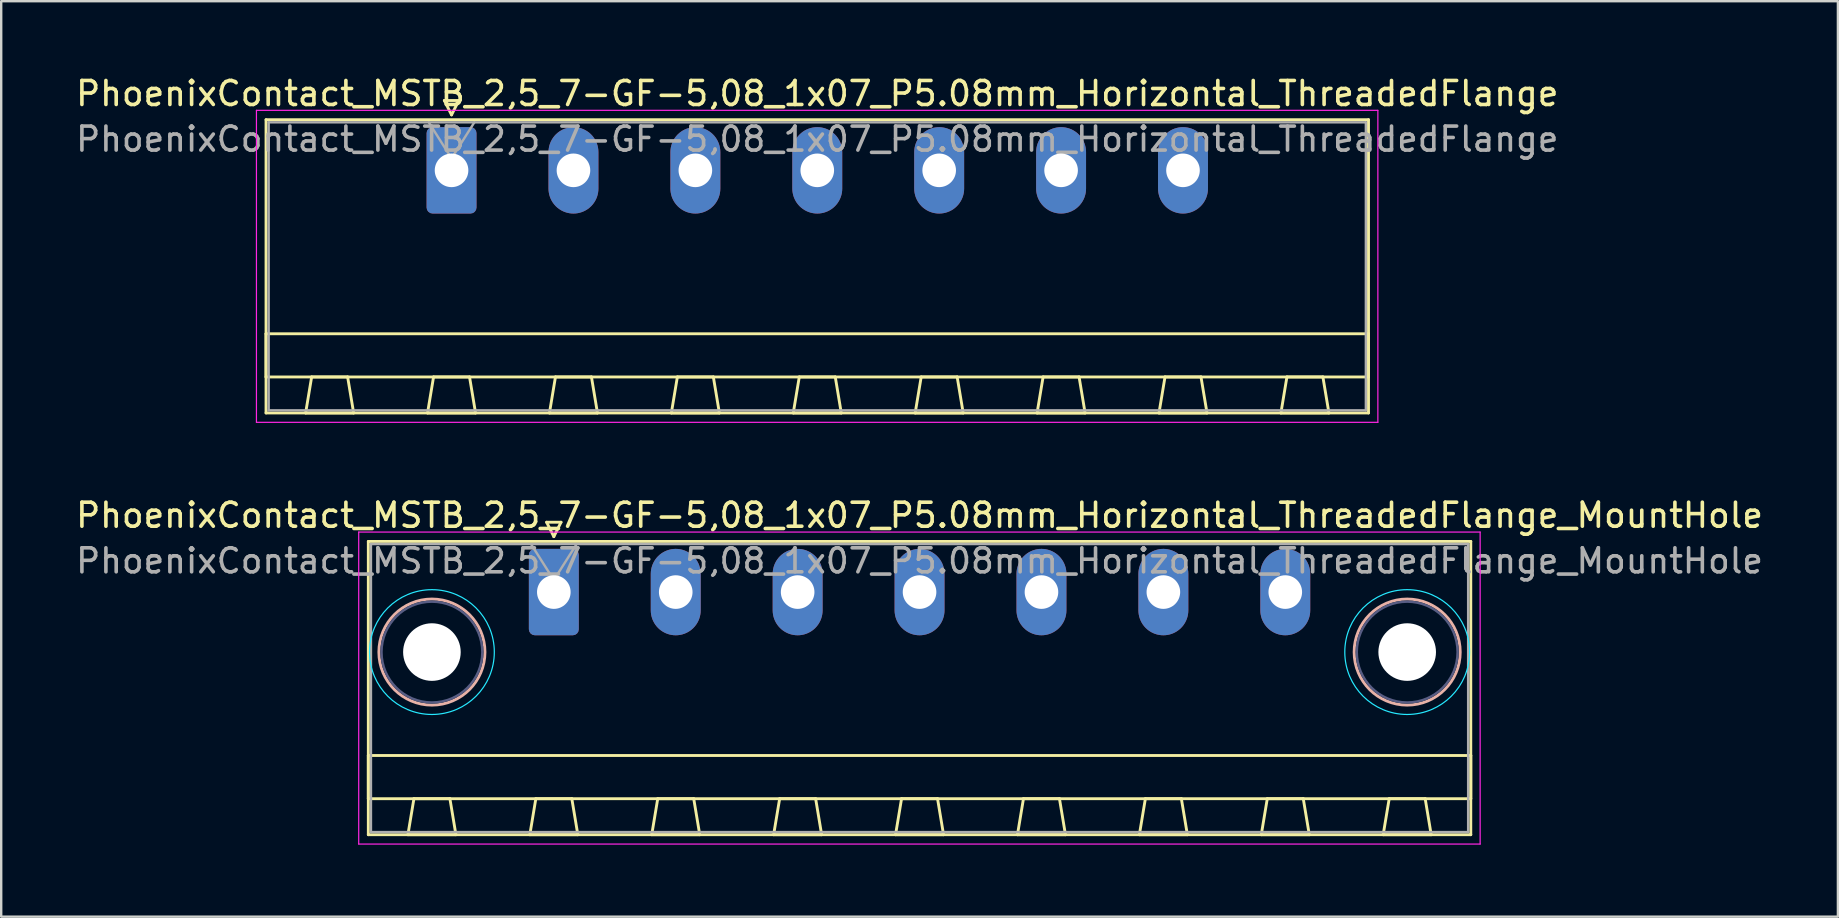
<source format=kicad_pcb>
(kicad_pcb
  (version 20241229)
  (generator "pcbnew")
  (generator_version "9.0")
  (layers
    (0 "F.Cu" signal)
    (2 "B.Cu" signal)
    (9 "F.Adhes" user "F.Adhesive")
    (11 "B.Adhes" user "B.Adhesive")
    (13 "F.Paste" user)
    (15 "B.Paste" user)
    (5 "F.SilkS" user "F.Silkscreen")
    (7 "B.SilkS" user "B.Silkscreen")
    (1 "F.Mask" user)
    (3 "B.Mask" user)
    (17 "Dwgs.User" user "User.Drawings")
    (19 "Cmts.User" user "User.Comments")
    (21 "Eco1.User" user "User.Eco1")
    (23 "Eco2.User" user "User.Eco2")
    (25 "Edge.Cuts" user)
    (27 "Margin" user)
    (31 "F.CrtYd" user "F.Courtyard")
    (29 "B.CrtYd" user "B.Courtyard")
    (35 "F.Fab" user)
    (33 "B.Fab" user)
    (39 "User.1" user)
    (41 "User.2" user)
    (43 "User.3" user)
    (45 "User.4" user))
  (footprint "PhoenixContact_MSTB_2,5_7-GF-5,08_1x07_P5.08mm_Horizontal_ThreadedFlange_MountHole"
    (layer "F.Cu")
    (at 20.028 21.622)
    (property "Reference" "PhoenixContact_MSTB_2,5_7-GF-5,08_1x07_P5.08mm_Horizontal_ThreadedFlange_MountHole" (at 15.24 -3.2 0) (layer "F.SilkS") (effects (font (size 1 1) (thickness 0.15))))
    (attr through_hole)
    (fp_line (start -7.73 -2.11) (end -7.73 10.11) (stroke (width 0.12) (type solid)) (layer "F.SilkS"))
    (fp_line (start -7.73 6.81) (end 38.21 6.81) (stroke (width 0.12) (type solid)) (layer "F.SilkS"))
    (fp_line (start -7.73 8.61) (end -7.73 6.81) (stroke (width 0.12) (type solid)) (layer "F.SilkS"))
    (fp_line (start -7.73 10.11) (end 38.21 10.11) (stroke (width 0.12) (type solid)) (layer "F.SilkS"))
    (fp_line (start -6.08 10.11) (end -4.08 10.11) (stroke (width 0.12) (type solid)) (layer "F.SilkS"))
    (fp_line (start -5.83 8.61) (end -6.08 10.11) (stroke (width 0.12) (type solid)) (layer "F.SilkS"))
    (fp_line (start -4.33 8.61) (end -5.83 8.61) (stroke (width 0.12) (type solid)) (layer "F.SilkS"))
    (fp_line (start -4.08 10.11) (end -4.33 8.61) (stroke (width 0.12) (type solid)) (layer "F.SilkS"))
    (fp_line (start -1 10.11) (end 1 10.11) (stroke (width 0.12) (type solid)) (layer "F.SilkS"))
    (fp_line (start -0.75 8.61) (end -1 10.11) (stroke (width 0.12) (type solid)) (layer "F.SilkS"))
    (fp_line (start -0.3 -2.91) (end 0.3 -2.91) (stroke (width 0.12) (type solid)) (layer "F.SilkS"))
    (fp_line (start 0 -2.31) (end -0.3 -2.91) (stroke (width 0.12) (type solid)) (layer "F.SilkS"))
    (fp_line (start 0.3 -2.91) (end 0 -2.31) (stroke (width 0.12) (type solid)) (layer "F.SilkS"))
    (fp_line (start 0.75 8.61) (end -0.75 8.61) (stroke (width 0.12) (type solid)) (layer "F.SilkS"))
    (fp_line (start 1 10.11) (end 0.75 8.61) (stroke (width 0.12) (type solid)) (layer "F.SilkS"))
    (fp_line (start 4.08 10.11) (end 6.08 10.11) (stroke (width 0.12) (type solid)) (layer "F.SilkS"))
    (fp_line (start 4.33 8.61) (end 4.08 10.11) (stroke (width 0.12) (type solid)) (layer "F.SilkS"))
    (fp_line (start 5.83 8.61) (end 4.33 8.61) (stroke (width 0.12) (type solid)) (layer "F.SilkS"))
    (fp_line (start 6.08 10.11) (end 5.83 8.61) (stroke (width 0.12) (type solid)) (layer "F.SilkS"))
    (fp_line (start 9.16 10.11) (end 11.16 10.11) (stroke (width 0.12) (type solid)) (layer "F.SilkS"))
    (fp_line (start 9.41 8.61) (end 9.16 10.11) (stroke (width 0.12) (type solid)) (layer "F.SilkS"))
    (fp_line (start 10.91 8.61) (end 9.41 8.61) (stroke (width 0.12) (type solid)) (layer "F.SilkS"))
    (fp_line (start 11.16 10.11) (end 10.91 8.61) (stroke (width 0.12) (type solid)) (layer "F.SilkS"))
    (fp_line (start 14.24 10.11) (end 16.24 10.11) (stroke (width 0.12) (type solid)) (layer "F.SilkS"))
    (fp_line (start 14.49 8.61) (end 14.24 10.11) (stroke (width 0.12) (type solid)) (layer "F.SilkS"))
    (fp_line (start 15.99 8.61) (end 14.49 8.61) (stroke (width 0.12) (type solid)) (layer "F.SilkS"))
    (fp_line (start 16.24 10.11) (end 15.99 8.61) (stroke (width 0.12) (type solid)) (layer "F.SilkS"))
    (fp_line (start 19.32 10.11) (end 21.32 10.11) (stroke (width 0.12) (type solid)) (layer "F.SilkS"))
    (fp_line (start 19.57 8.61) (end 19.32 10.11) (stroke (width 0.12) (type solid)) (layer "F.SilkS"))
    (fp_line (start 21.07 8.61) (end 19.57 8.61) (stroke (width 0.12) (type solid)) (layer "F.SilkS"))
    (fp_line (start 21.32 10.11) (end 21.07 8.61) (stroke (width 0.12) (type solid)) (layer "F.SilkS"))
    (fp_line (start 24.4 10.11) (end 26.4 10.11) (stroke (width 0.12) (type solid)) (layer "F.SilkS"))
    (fp_line (start 24.65 8.61) (end 24.4 10.11) (stroke (width 0.12) (type solid)) (layer "F.SilkS"))
    (fp_line (start 26.15 8.61) (end 24.65 8.61) (stroke (width 0.12) (type solid)) (layer "F.SilkS"))
    (fp_line (start 26.4 10.11) (end 26.15 8.61) (stroke (width 0.12) (type solid)) (layer "F.SilkS"))
    (fp_line (start 29.48 10.11) (end 31.48 10.11) (stroke (width 0.12) (type solid)) (layer "F.SilkS"))
    (fp_line (start 29.73 8.61) (end 29.48 10.11) (stroke (width 0.12) (type solid)) (layer "F.SilkS"))
    (fp_line (start 31.23 8.61) (end 29.73 8.61) (stroke (width 0.12) (type solid)) (layer "F.SilkS"))
    (fp_line (start 31.48 10.11) (end 31.23 8.61) (stroke (width 0.12) (type solid)) (layer "F.SilkS"))
    (fp_line (start 34.56 10.11) (end 36.56 10.11) (stroke (width 0.12) (type solid)) (layer "F.SilkS"))
    (fp_line (start 34.81 8.61) (end 34.56 10.11) (stroke (width 0.12) (type solid)) (layer "F.SilkS"))
    (fp_line (start 36.31 8.61) (end 34.81 8.61) (stroke (width 0.12) (type solid)) (layer "F.SilkS"))
    (fp_line (start 36.56 10.11) (end 36.31 8.61) (stroke (width 0.12) (type solid)) (layer "F.SilkS"))
    (fp_line (start 38.21 -2.11) (end -7.73 -2.11) (stroke (width 0.12) (type solid)) (layer "F.SilkS"))
    (fp_line (start 38.21 6.81) (end 38.21 8.61) (stroke (width 0.12) (type solid)) (layer "F.SilkS"))
    (fp_line (start 38.21 8.61) (end -7.73 8.61) (stroke (width 0.12) (type solid)) (layer "F.SilkS"))
    (fp_line (start 38.21 10.11) (end 38.21 -2.11) (stroke (width 0.12) (type solid)) (layer "F.SilkS"))
    (fp_circle (center -5.08 2.5) (end -2.87 2.5) (stroke (width 0.12) (type solid)) (fill no) (layer "B.SilkS"))
    (fp_circle (center 35.56 2.5) (end 37.77 2.5) (stroke (width 0.12) (type solid)) (fill no) (layer "B.SilkS"))
    (fp_circle (center -5.08 2.5) (end -2.48 2.5) (stroke (width 0.05) (type solid)) (fill no) (layer "B.CrtYd"))
    (fp_circle (center 35.56 2.5) (end 38.16 2.5) (stroke (width 0.05) (type solid)) (fill no) (layer "B.CrtYd"))
    (fp_line (start -8.13 -2.5) (end -8.13 10.5) (stroke (width 0.05) (type solid)) (layer "F.CrtYd"))
    (fp_line (start -8.13 10.5) (end 38.6 10.5) (stroke (width 0.05) (type solid)) (layer "F.CrtYd"))
    (fp_line (start 38.6 -2.5) (end -8.13 -2.5) (stroke (width 0.05) (type solid)) (layer "F.CrtYd"))
    (fp_line (start 38.6 10.5) (end 38.6 -2.5) (stroke (width 0.05) (type solid)) (layer "F.CrtYd"))
    (fp_circle (center -5.08 2.5) (end -2.98 2.5) (stroke (width 0.1) (type solid)) (fill no) (layer "B.Fab"))
    (fp_circle (center 35.56 2.5) (end 37.66 2.5) (stroke (width 0.1) (type solid)) (fill no) (layer "B.Fab"))
    (fp_line (start -7.62 -2) (end -7.62 10) (stroke (width 0.1) (type solid)) (layer "F.Fab"))
    (fp_line (start -7.62 10) (end 38.1 10) (stroke (width 0.1) (type solid)) (layer "F.Fab"))
    (fp_line (start 0 -0.5) (end -0.95 -2) (stroke (width 0.1) (type solid)) (layer "F.Fab"))
    (fp_line (start 0.95 -2) (end 0 -0.5) (stroke (width 0.1) (type solid)) (layer "F.Fab"))
    (fp_line (start 38.1 -2) (end -7.62 -2) (stroke (width 0.1) (type solid)) (layer "F.Fab"))
    (fp_line (start 38.1 10) (end 38.1 -2) (stroke (width 0.1) (type solid)) (layer "F.Fab"))
    (fp_text user "${REFERENCE}" (at 15.24 -1.3 0) (layer "F.Fab") (effects (font (size 1 1) (thickness 0.15))))
    (pad "" np_thru_hole circle (at -5.08 2.5) (size 2.4 2.4) (drill 2.4) (layers "*.Cu" "*.Mask"))
    (pad "" np_thru_hole circle (at 35.56 2.5) (size 2.4 2.4) (drill 2.4) (layers "*.Cu" "*.Mask"))
    (pad "1" thru_hole roundrect (at 0 0) (size 2.08 3.6) (drill 1.4) (layers "*.Cu" "*.Mask") (roundrect_rratio 0.12))
    (pad "2" thru_hole oval (at 5.08 0) (size 2.08 3.6) (drill 1.4) (layers "*.Cu" "*.Mask"))
    (pad "3" thru_hole oval (at 10.16 0) (size 2.08 3.6) (drill 1.4) (layers "*.Cu" "*.Mask"))
    (pad "4" thru_hole oval (at 15.24 0) (size 2.08 3.6) (drill 1.4) (layers "*.Cu" "*.Mask"))
    (pad "5" thru_hole oval (at 20.32 0) (size 2.08 3.6) (drill 1.4) (layers "*.Cu" "*.Mask"))
    (pad "6" thru_hole oval (at 25.4 0) (size 2.08 3.6) (drill 1.4) (layers "*.Cu" "*.Mask"))
    (pad "7" thru_hole oval (at 30.48 0) (size 2.08 3.6) (drill 1.4) (layers "*.Cu" "*.Mask")))
  (footprint "PhoenixContact_MSTB_2,5_7-GF-5,08_1x07_P5.08mm_Horizontal_ThreadedFlange"
    (layer "F.Cu")
    (at 15.766 4.048)
    (property "Reference" "PhoenixContact_MSTB_2,5_7-GF-5,08_1x07_P5.08mm_Horizontal_ThreadedFlange" (at 15.24 -3.2 0) (layer "F.SilkS") (effects (font (size 1 1) (thickness 0.15))))
    (attr through_hole)
    (fp_line (start -7.73 -2.11) (end -7.73 10.11) (stroke (width 0.12) (type solid)) (layer "F.SilkS"))
    (fp_line (start -7.73 6.81) (end 38.21 6.81) (stroke (width 0.12) (type solid)) (layer "F.SilkS"))
    (fp_line (start -7.73 8.61) (end -7.73 6.81) (stroke (width 0.12) (type solid)) (layer "F.SilkS"))
    (fp_line (start -7.73 10.11) (end 38.21 10.11) (stroke (width 0.12) (type solid)) (layer "F.SilkS"))
    (fp_line (start -6.08 10.11) (end -4.08 10.11) (stroke (width 0.12) (type solid)) (layer "F.SilkS"))
    (fp_line (start -5.83 8.61) (end -6.08 10.11) (stroke (width 0.12) (type solid)) (layer "F.SilkS"))
    (fp_line (start -4.33 8.61) (end -5.83 8.61) (stroke (width 0.12) (type solid)) (layer "F.SilkS"))
    (fp_line (start -4.08 10.11) (end -4.33 8.61) (stroke (width 0.12) (type solid)) (layer "F.SilkS"))
    (fp_line (start -1 10.11) (end 1 10.11) (stroke (width 0.12) (type solid)) (layer "F.SilkS"))
    (fp_line (start -0.75 8.61) (end -1 10.11) (stroke (width 0.12) (type solid)) (layer "F.SilkS"))
    (fp_line (start -0.3 -2.91) (end 0.3 -2.91) (stroke (width 0.12) (type solid)) (layer "F.SilkS"))
    (fp_line (start 0 -2.31) (end -0.3 -2.91) (stroke (width 0.12) (type solid)) (layer "F.SilkS"))
    (fp_line (start 0.3 -2.91) (end 0 -2.31) (stroke (width 0.12) (type solid)) (layer "F.SilkS"))
    (fp_line (start 0.75 8.61) (end -0.75 8.61) (stroke (width 0.12) (type solid)) (layer "F.SilkS"))
    (fp_line (start 1 10.11) (end 0.75 8.61) (stroke (width 0.12) (type solid)) (layer "F.SilkS"))
    (fp_line (start 4.08 10.11) (end 6.08 10.11) (stroke (width 0.12) (type solid)) (layer "F.SilkS"))
    (fp_line (start 4.33 8.61) (end 4.08 10.11) (stroke (width 0.12) (type solid)) (layer "F.SilkS"))
    (fp_line (start 5.83 8.61) (end 4.33 8.61) (stroke (width 0.12) (type solid)) (layer "F.SilkS"))
    (fp_line (start 6.08 10.11) (end 5.83 8.61) (stroke (width 0.12) (type solid)) (layer "F.SilkS"))
    (fp_line (start 9.16 10.11) (end 11.16 10.11) (stroke (width 0.12) (type solid)) (layer "F.SilkS"))
    (fp_line (start 9.41 8.61) (end 9.16 10.11) (stroke (width 0.12) (type solid)) (layer "F.SilkS"))
    (fp_line (start 10.91 8.61) (end 9.41 8.61) (stroke (width 0.12) (type solid)) (layer "F.SilkS"))
    (fp_line (start 11.16 10.11) (end 10.91 8.61) (stroke (width 0.12) (type solid)) (layer "F.SilkS"))
    (fp_line (start 14.24 10.11) (end 16.24 10.11) (stroke (width 0.12) (type solid)) (layer "F.SilkS"))
    (fp_line (start 14.49 8.61) (end 14.24 10.11) (stroke (width 0.12) (type solid)) (layer "F.SilkS"))
    (fp_line (start 15.99 8.61) (end 14.49 8.61) (stroke (width 0.12) (type solid)) (layer "F.SilkS"))
    (fp_line (start 16.24 10.11) (end 15.99 8.61) (stroke (width 0.12) (type solid)) (layer "F.SilkS"))
    (fp_line (start 19.32 10.11) (end 21.32 10.11) (stroke (width 0.12) (type solid)) (layer "F.SilkS"))
    (fp_line (start 19.57 8.61) (end 19.32 10.11) (stroke (width 0.12) (type solid)) (layer "F.SilkS"))
    (fp_line (start 21.07 8.61) (end 19.57 8.61) (stroke (width 0.12) (type solid)) (layer "F.SilkS"))
    (fp_line (start 21.32 10.11) (end 21.07 8.61) (stroke (width 0.12) (type solid)) (layer "F.SilkS"))
    (fp_line (start 24.4 10.11) (end 26.4 10.11) (stroke (width 0.12) (type solid)) (layer "F.SilkS"))
    (fp_line (start 24.65 8.61) (end 24.4 10.11) (stroke (width 0.12) (type solid)) (layer "F.SilkS"))
    (fp_line (start 26.15 8.61) (end 24.65 8.61) (stroke (width 0.12) (type solid)) (layer "F.SilkS"))
    (fp_line (start 26.4 10.11) (end 26.15 8.61) (stroke (width 0.12) (type solid)) (layer "F.SilkS"))
    (fp_line (start 29.48 10.11) (end 31.48 10.11) (stroke (width 0.12) (type solid)) (layer "F.SilkS"))
    (fp_line (start 29.73 8.61) (end 29.48 10.11) (stroke (width 0.12) (type solid)) (layer "F.SilkS"))
    (fp_line (start 31.23 8.61) (end 29.73 8.61) (stroke (width 0.12) (type solid)) (layer "F.SilkS"))
    (fp_line (start 31.48 10.11) (end 31.23 8.61) (stroke (width 0.12) (type solid)) (layer "F.SilkS"))
    (fp_line (start 34.56 10.11) (end 36.56 10.11) (stroke (width 0.12) (type solid)) (layer "F.SilkS"))
    (fp_line (start 34.81 8.61) (end 34.56 10.11) (stroke (width 0.12) (type solid)) (layer "F.SilkS"))
    (fp_line (start 36.31 8.61) (end 34.81 8.61) (stroke (width 0.12) (type solid)) (layer "F.SilkS"))
    (fp_line (start 36.56 10.11) (end 36.31 8.61) (stroke (width 0.12) (type solid)) (layer "F.SilkS"))
    (fp_line (start 38.21 -2.11) (end -7.73 -2.11) (stroke (width 0.12) (type solid)) (layer "F.SilkS"))
    (fp_line (start 38.21 6.81) (end 38.21 8.61) (stroke (width 0.12) (type solid)) (layer "F.SilkS"))
    (fp_line (start 38.21 8.61) (end -7.73 8.61) (stroke (width 0.12) (type solid)) (layer "F.SilkS"))
    (fp_line (start 38.21 10.11) (end 38.21 -2.11) (stroke (width 0.12) (type solid)) (layer "F.SilkS"))
    (fp_line (start -8.13 -2.5) (end -8.13 10.5) (stroke (width 0.05) (type solid)) (layer "F.CrtYd"))
    (fp_line (start -8.13 10.5) (end 38.6 10.5) (stroke (width 0.05) (type solid)) (layer "F.CrtYd"))
    (fp_line (start 38.6 -2.5) (end -8.13 -2.5) (stroke (width 0.05) (type solid)) (layer "F.CrtYd"))
    (fp_line (start 38.6 10.5) (end 38.6 -2.5) (stroke (width 0.05) (type solid)) (layer "F.CrtYd"))
    (fp_line (start -7.62 -2) (end -7.62 10) (stroke (width 0.1) (type solid)) (layer "F.Fab"))
    (fp_line (start -7.62 10) (end 38.1 10) (stroke (width 0.1) (type solid)) (layer "F.Fab"))
    (fp_line (start 0 -0.5) (end -0.95 -2) (stroke (width 0.1) (type solid)) (layer "F.Fab"))
    (fp_line (start 0.95 -2) (end 0 -0.5) (stroke (width 0.1) (type solid)) (layer "F.Fab"))
    (fp_line (start 38.1 -2) (end -7.62 -2) (stroke (width 0.1) (type solid)) (layer "F.Fab"))
    (fp_line (start 38.1 10) (end 38.1 -2) (stroke (width 0.1) (type solid)) (layer "F.Fab"))
    (fp_text user "${REFERENCE}" (at 15.24 -1.3 0) (layer "F.Fab") (effects (font (size 1 1) (thickness 0.15))))
    (pad "1" thru_hole roundrect (at 0 0) (size 2.08 3.6) (drill 1.4) (layers "*.Cu" "*.Mask") (roundrect_rratio 0.12))
    (pad "2" thru_hole oval (at 5.08 0) (size 2.08 3.6) (drill 1.4) (layers "*.Cu" "*.Mask"))
    (pad "3" thru_hole oval (at 10.16 0) (size 2.08 3.6) (drill 1.4) (layers "*.Cu" "*.Mask"))
    (pad "4" thru_hole oval (at 15.24 0) (size 2.08 3.6) (drill 1.4) (layers "*.Cu" "*.Mask"))
    (pad "5" thru_hole oval (at 20.32 0) (size 2.08 3.6) (drill 1.4) (layers "*.Cu" "*.Mask"))
    (pad "6" thru_hole oval (at 25.4 0) (size 2.08 3.6) (drill 1.4) (layers "*.Cu" "*.Mask"))
    (pad "7" thru_hole oval (at 30.48 0) (size 2.08 3.6) (drill 1.4) (layers "*.Cu" "*.Mask")))
  (gr_rect
    (start -3 -3)
    (end 73.536 35.147)
    (stroke (width 0.1) (type default))
    (fill no)
    (layer "Edge.Cuts")))
</source>
